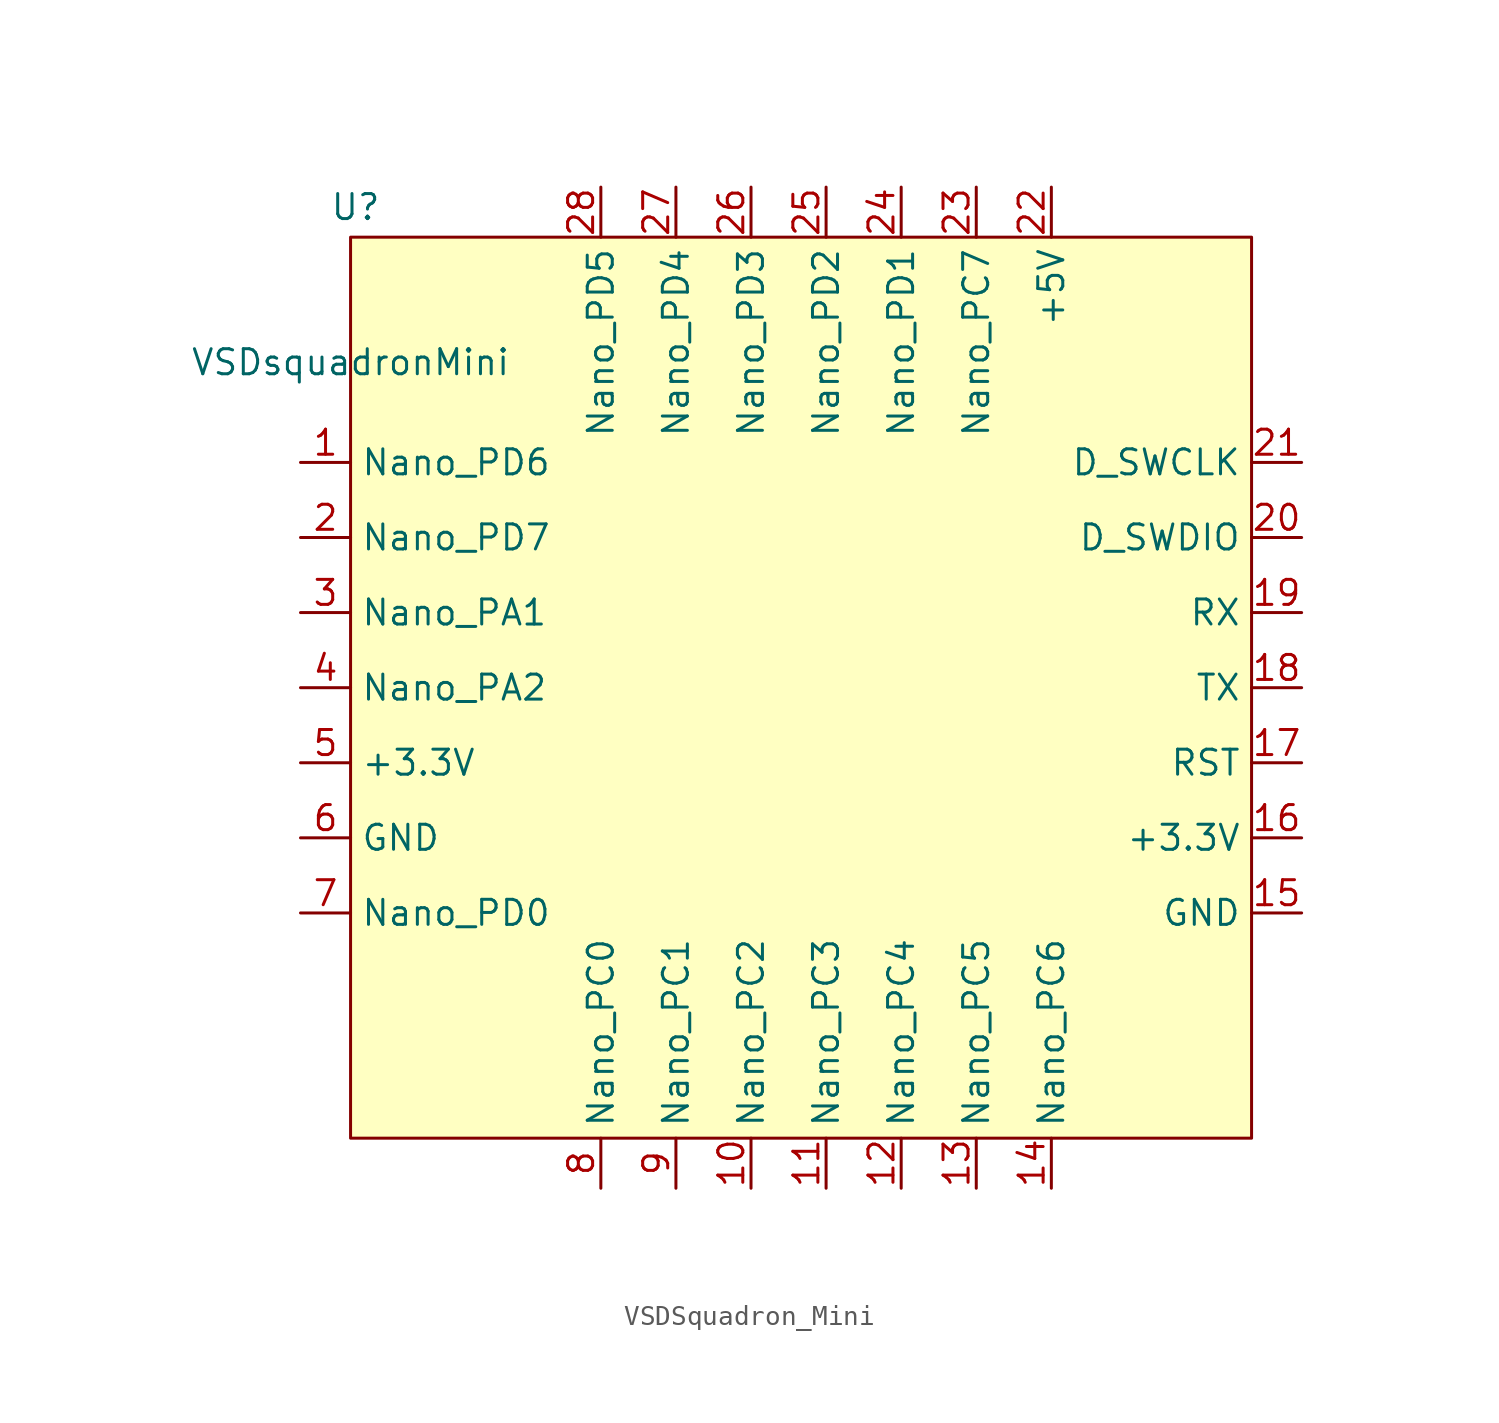
<source format=kicad_sym>
(kicad_symbol_lib
  (version 20241209)
  (generator "kicad_symbol_editor")
  (generator_version "9.0")
  (symbol "VSDSquadron_Mini"
    (property "Reference" "U"
      (at 0.254 7.874 0)
      (effects (font (size 1.27 1.27))))
    (property "Value" "VSDsquadronMini"
      (at 0 0 0)
      (effects (font (size 1.27 1.27))))
    (symbol "VSDSquadron_Mini_1_0"
      (pin input line (at -2.54 -12.7 0) (length 2.54) (name "Nano_PA1" (effects (font (size 1.27 1.27)))) (number "3" (effects (font (size 1.27 1.27)))))
      (pin input line (at -2.54 -16.51 0) (length 2.54) (name "Nano_PA2" (effects (font (size 1.27 1.27)))) (number "4" (effects (font (size 1.27 1.27)))))
      (pin power_in line (at -2.54 -20.32 0) (length 2.54) (name "+3.3V" (effects (font (size 1.27 1.27)))) (number "5" (effects (font (size 1.27 1.27)))))
      (pin power_out line (at -2.54 -24.13 0) (length 2.54) (name "GND" (effects (font (size 1.27 1.27)))) (number "6" (effects (font (size 1.27 1.27)))))
      (pin input line (at -2.54 -27.94 0) (length 2.54) (name "Nano_PD0" (effects (font (size 1.27 1.27)))) (number "7" (effects (font (size 1.27 1.27)))))
      (pin input line (at 20.32 8.89 270) (length 2.54) (name "Nano_PD3" (effects (font (size 1.27 1.27)))) (number "26" (effects (font (size 1.27 1.27)))))
      (pin input line (at 20.32 -41.91 90) (length 2.54) (name "Nano_PC2" (effects (font (size 1.27 1.27)))) (number "10" (effects (font (size 1.27 1.27)))))
      (pin input line (at 24.13 8.89 270) (length 2.54) (name "Nano_PD2" (effects (font (size 1.27 1.27)))) (number "25" (effects (font (size 1.27 1.27)))))
      (pin input line (at 24.13 -41.91 90) (length 2.54) (name "Nano_PC3" (effects (font (size 1.27 1.27)))) (number "11" (effects (font (size 1.27 1.27)))))
      (pin input line (at 27.94 8.89 270) (length 2.54) (name "Nano_PD1" (effects (font (size 1.27 1.27)))) (number "24" (effects (font (size 1.27 1.27)))))
      (pin input line (at 27.94 -41.91 90) (length 2.54) (name "Nano_PC4" (effects (font (size 1.27 1.27)))) (number "12" (effects (font (size 1.27 1.27)))))
      (pin input line (at 31.75 8.89 270) (length 2.54) (name "Nano_PC7" (effects (font (size 1.27 1.27)))) (number "23" (effects (font (size 1.27 1.27)))))
      (pin input line (at 31.75 -41.91 90) (length 2.54) (name "Nano_PC5" (effects (font (size 1.27 1.27)))) (number "13" (effects (font (size 1.27 1.27)))))
      (pin power_in line (at 35.56 8.89 270) (length 2.54) (name "+5V" (effects (font (size 1.27 1.27)))) (number "22" (effects (font (size 1.27 1.27)))))
      (pin input line (at 35.56 -41.91 90) (length 2.54) (name "Nano_PC6" (effects (font (size 1.27 1.27)))) (number "14" (effects (font (size 1.27 1.27)))))
      (pin input line (at 48.26 -5.08 180) (length 2.54) (name "D_SWCLK" (effects (font (size 1.27 1.27)))) (number "21" (effects (font (size 1.27 1.27)))))
      (pin input line (at 48.26 -8.89 180) (length 2.54) (name "D_SWDIO" (effects (font (size 1.27 1.27)))) (number "20" (effects (font (size 1.27 1.27)))))
      (pin input line (at 48.26 -12.7 180) (length 2.54) (name "RX" (effects (font (size 1.27 1.27)))) (number "19" (effects (font (size 1.27 1.27)))))
      (pin input line (at 48.26 -16.51 180) (length 2.54) (name "TX" (effects (font (size 1.27 1.27)))) (number "18" (effects (font (size 1.27 1.27)))))
      (pin input line (at 48.26 -20.32 180) (length 2.54) (name "RST" (effects (font (size 1.27 1.27)))) (number "17" (effects (font (size 1.27 1.27))))))
    (symbol "VSDSquadron_Mini_1_1"
      (rectangle (start 0 6.35) (end 45.72 -39.37) (stroke (width 0) (type default)) (fill (type background)))
      (pin input line (at -2.54 -5.08 0) (length 2.54) (name "Nano_PD6" (effects (font (size 1.27 1.27)))) (number "1" (effects (font (size 1.27 1.27)))))
      (pin input line (at -2.54 -8.89 0) (length 2.54) (name "Nano_PD7" (effects (font (size 1.27 1.27)))) (number "2" (effects (font (size 1.27 1.27)))))
      (pin input line (at 12.7 8.89 270) (length 2.54) (name "Nano_PD5" (effects (font (size 1.27 1.27)))) (number "28" (effects (font (size 1.27 1.27)))))
      (pin input line (at 12.7 -41.91 90) (length 2.54) (name "Nano_PC0" (effects (font (size 1.27 1.27)))) (number "8" (effects (font (size 1.27 1.27)))))
      (pin input line (at 16.51 8.89 270) (length 2.54) (name "Nano_PD4" (effects (font (size 1.27 1.27)))) (number "27" (effects (font (size 1.27 1.27)))))
      (pin input line (at 16.51 -41.91 90) (length 2.54) (name "Nano_PC1" (effects (font (size 1.27 1.27)))) (number "9" (effects (font (size 1.27 1.27)))))
      (pin power_in line (at 48.26 -24.13 180) (length 2.54) (name "+3.3V" (effects (font (size 1.27 1.27)))) (number "16" (effects (font (size 1.27 1.27)))))
      (pin power_out line (at 48.26 -27.94 180) (length 2.54) (name "GND" (effects (font (size 1.27 1.27)))) (number "15" (effects (font (size 1.27 1.27))))))))
</source>
